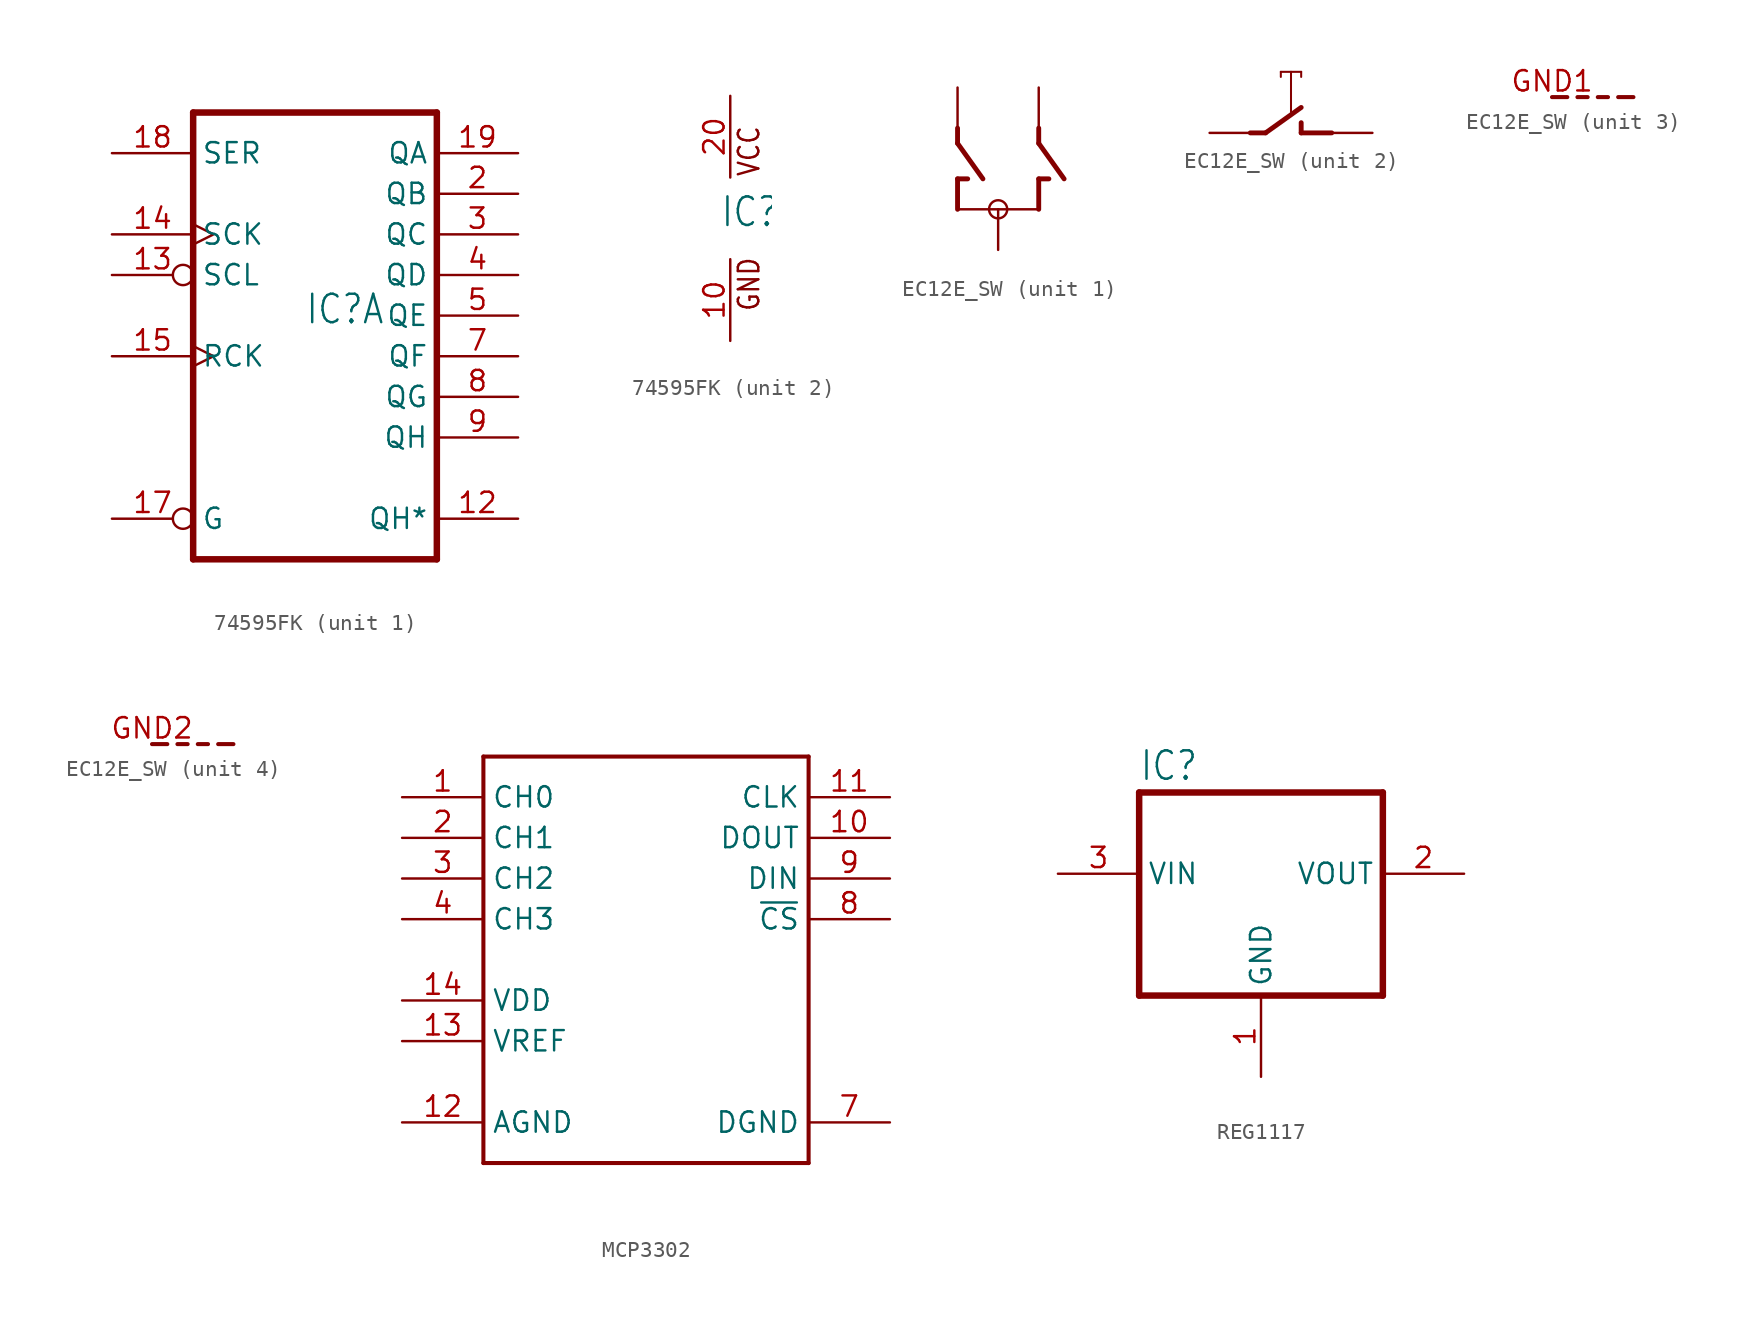
<source format=kicad_sym>
(kicad_symbol_lib
  (version 20231120)
  (generator "kicad_symbol_editor")
  (generator_version "8.0")
  (symbol "74595FK"
    (property "Reference" "IC"
      (at -0.635 -0.635 0)
      (effects (font (size 1.778 1.511)) (justify left bottom)))
    (property "ki_locked" ""
      (at 0 0 0)
      (effects (font (size 1.27 1.27))))
    (symbol "74595FK_1_0"
      (polyline (pts (xy -7.62 -15.24) (xy 7.62 -15.24)) (stroke (width 0.406) (type solid)) (fill (type none)))
      (polyline (pts (xy -7.62 12.7) (xy -7.62 -15.24)) (stroke (width 0.406) (type solid)) (fill (type none)))
      (polyline (pts (xy 7.62 -15.24) (xy 7.62 12.7)) (stroke (width 0.406) (type solid)) (fill (type none)))
      (polyline (pts (xy 7.62 12.7) (xy -7.62 12.7)) (stroke (width 0.406) (type solid)) (fill (type none)))
      (pin tri_state line (at 12.7 -12.7 180) (length 5.08) (name "QH*" (effects (font (size 1.27 1.27)))) (number "12" (effects (font (size 1.27 1.27)))))
      (pin input inverted (at -12.7 2.54 0) (length 5.08) (name "SCL" (effects (font (size 1.27 1.27)))) (number "13" (effects (font (size 1.27 1.27)))))
      (pin input clock (at -12.7 5.08 0) (length 5.08) (name "SCK" (effects (font (size 1.27 1.27)))) (number "14" (effects (font (size 1.27 1.27)))))
      (pin input clock (at -12.7 -2.54 0) (length 5.08) (name "RCK" (effects (font (size 1.27 1.27)))) (number "15" (effects (font (size 1.27 1.27)))))
      (pin input inverted (at -12.7 -12.7 0) (length 5.08) (name "G" (effects (font (size 1.27 1.27)))) (number "17" (effects (font (size 1.27 1.27)))))
      (pin input line (at -12.7 10.16 0) (length 5.08) (name "SER" (effects (font (size 1.27 1.27)))) (number "18" (effects (font (size 1.27 1.27)))))
      (pin tri_state line (at 12.7 10.16 180) (length 5.08) (name "QA" (effects (font (size 1.27 1.27)))) (number "19" (effects (font (size 1.27 1.27)))))
      (pin tri_state line (at 12.7 7.62 180) (length 5.08) (name "QB" (effects (font (size 1.27 1.27)))) (number "2" (effects (font (size 1.27 1.27)))))
      (pin tri_state line (at 12.7 5.08 180) (length 5.08) (name "QC" (effects (font (size 1.27 1.27)))) (number "3" (effects (font (size 1.27 1.27)))))
      (pin tri_state line (at 12.7 2.54 180) (length 5.08) (name "QD" (effects (font (size 1.27 1.27)))) (number "4" (effects (font (size 1.27 1.27)))))
      (pin tri_state line (at 12.7 0 180) (length 5.08) (name "QE" (effects (font (size 1.27 1.27)))) (number "5" (effects (font (size 1.27 1.27)))))
      (pin tri_state line (at 12.7 -2.54 180) (length 5.08) (name "QF" (effects (font (size 1.27 1.27)))) (number "7" (effects (font (size 1.27 1.27)))))
      (pin tri_state line (at 12.7 -5.08 180) (length 5.08) (name "QG" (effects (font (size 1.27 1.27)))) (number "8" (effects (font (size 1.27 1.27)))))
      (pin tri_state line (at 12.7 -7.62 180) (length 5.08) (name "QH" (effects (font (size 1.27 1.27)))) (number "9" (effects (font (size 1.27 1.27))))))
    (symbol "74595FK_2_0"
      (text "GND" (at 1.905 -5.842 900) (effects (font (size 1.27 1.079)) (justify left bottom)))
      (text "VCC" (at 1.905 2.54 900) (effects (font (size 1.27 1.079)) (justify left bottom)))
      (pin power_in line (at 0 -7.62 90) (length 5.08) (name "GND" (effects (font (size 0 0)))) (number "10" (effects (font (size 1.27 1.27)))))
      (pin power_in line (at 0 7.62 270) (length 5.08) (name "VCC" (effects (font (size 0 0)))) (number "20" (effects (font (size 1.27 1.27)))))))
  (symbol "EC12E_SW"
    (property "Reference" "SW"
      (at -5.08 5.08 0)
      (effects (font (size 1.27 1.079)) (justify left bottom) (hide yes)))
    (property "ki_locked" ""
      (at 0 0 0)
      (effects (font (size 1.27 1.27))))
    (symbol "EC12E_SW_1_0"
      (polyline (pts (xy -2.54 0) (xy 2.54 0)) (stroke (width 0.152) (type solid)) (fill (type none)))
      (polyline (pts (xy -2.54 1.905) (xy -2.54 0)) (stroke (width 0.305) (type solid)) (fill (type none)))
      (polyline (pts (xy -2.54 4.128) (xy -0.953 1.905)) (stroke (width 0.305) (type solid)) (fill (type none)))
      (polyline (pts (xy -2.54 5.08) (xy -2.54 4.128)) (stroke (width 0.305) (type solid)) (fill (type none)))
      (polyline (pts (xy -1.905 1.905) (xy -2.54 1.905)) (stroke (width 0.305) (type solid)) (fill (type none)))
      (polyline (pts (xy 2.54 1.905) (xy 2.54 0)) (stroke (width 0.305) (type solid)) (fill (type none)))
      (polyline (pts (xy 2.54 4.128) (xy 4.128 1.905)) (stroke (width 0.305) (type solid)) (fill (type none)))
      (polyline (pts (xy 2.54 5.08) (xy 2.54 4.128)) (stroke (width 0.305) (type solid)) (fill (type none)))
      (polyline (pts (xy 3.175 1.905) (xy 2.54 1.905)) (stroke (width 0.305) (type solid)) (fill (type none)))
      (circle (center 0 0) (radius 0.568) (stroke (width 0) (type solid)) (fill (type none)))
      (pin passive line (at -2.54 7.62 270) (length 2.54) (name "A" (effects (font (size 0 0)))) (number "A" (effects (font (size 0 0)))))
      (pin passive line (at 2.54 7.62 270) (length 2.54) (name "B" (effects (font (size 0 0)))) (number "B" (effects (font (size 0 0)))))
      (pin passive line (at 0 -2.54 90) (length 2.54) (name "C" (effects (font (size 0 0)))) (number "C" (effects (font (size 0 0))))))
    (symbol "EC12E_SW_2_0"
      (polyline (pts (xy -2.54 0) (xy -1.587 0)) (stroke (width 0.305) (type solid)) (fill (type none)))
      (polyline (pts (xy -1.587 0) (xy 0.635 1.587)) (stroke (width 0.305) (type solid)) (fill (type none)))
      (polyline (pts (xy -0.635 3.81) (xy -0.635 3.493)) (stroke (width 0.127) (type solid)) (fill (type none)))
      (polyline (pts (xy -0.635 3.81) (xy 0.635 3.81)) (stroke (width 0.127) (type solid)) (fill (type none)))
      (polyline (pts (xy 0 1.27) (xy 0 3.81)) (stroke (width 0.127) (type solid)) (fill (type none)))
      (polyline (pts (xy 0.635 0) (xy 2.54 0)) (stroke (width 0.305) (type solid)) (fill (type none)))
      (polyline (pts (xy 0.635 0.635) (xy 0.635 0)) (stroke (width 0.305) (type solid)) (fill (type none)))
      (polyline (pts (xy 0.635 3.81) (xy 0.635 3.493)) (stroke (width 0.127) (type solid)) (fill (type none)))
      (pin passive line (at 5.08 0 180) (length 2.54) (name "1" (effects (font (size 0 0)))) (number "D" (effects (font (size 0 0)))))
      (pin passive line (at -5.08 0 0) (length 2.54) (name "2" (effects (font (size 0 0)))) (number "E" (effects (font (size 0 0))))))
    (symbol "EC12E_SW_3_0"
      (polyline (pts (xy 0 0) (xy 0.953 0)) (stroke (width 0.254) (type solid)) (fill (type none)))
      (polyline (pts (xy 1.587 0) (xy 2.223 0)) (stroke (width 0.254) (type solid)) (fill (type none)))
      (polyline (pts (xy 2.857 0) (xy 3.493 0)) (stroke (width 0.254) (type solid)) (fill (type none)))
      (polyline (pts (xy 4.128 0) (xy 5.08 0)) (stroke (width 0.254) (type solid)) (fill (type none)))
      (pin passive line (at 0 0 0) (length 0) (name "G" (effects (font (size 0 0)))) (number "GND1" (effects (font (size 1.27 1.27))))))
    (symbol "EC12E_SW_4_0"
      (polyline (pts (xy 0 0) (xy 0.953 0)) (stroke (width 0.254) (type solid)) (fill (type none)))
      (polyline (pts (xy 1.587 0) (xy 2.223 0)) (stroke (width 0.254) (type solid)) (fill (type none)))
      (polyline (pts (xy 2.857 0) (xy 3.493 0)) (stroke (width 0.254) (type solid)) (fill (type none)))
      (polyline (pts (xy 4.128 0) (xy 5.08 0)) (stroke (width 0.254) (type solid)) (fill (type none)))
      (pin passive line (at 0 0 0) (length 0) (name "G" (effects (font (size 0 0)))) (number "GND2" (effects (font (size 1.27 1.27)))))))
  (symbol "MCP3302"
    (property "Reference" ""
      (at -10.16 13.97 0)
      (effects (font (size 1.778 1.511)) (justify left bottom) (hide yes)))
    (property "Value" ""
      (at 10.16 -13.97 0)
      (effects (font (size 1.422 1.209)) (justify right top)))
    (property "ki_locked" ""
      (at 0 0 0)
      (effects (font (size 1.27 1.27))))
    (symbol "MCP3302_1_0"
      (polyline (pts (xy -10.16 -12.7) (xy 10.16 -12.7)) (stroke (width 0.254) (type solid)) (fill (type none)))
      (polyline (pts (xy -10.16 12.7) (xy -10.16 -12.7)) (stroke (width 0.254) (type solid)) (fill (type none)))
      (polyline (pts (xy 10.16 -12.7) (xy 10.16 12.7)) (stroke (width 0.254) (type solid)) (fill (type none)))
      (polyline (pts (xy 10.16 12.7) (xy -10.16 12.7)) (stroke (width 0.254) (type solid)) (fill (type none)))
      (pin bidirectional line (at -15.24 10.16 0) (length 5.08) (name "CH0" (effects (font (size 1.27 1.27)))) (number "1" (effects (font (size 1.27 1.27)))))
      (pin bidirectional line (at 15.24 7.62 180) (length 5.08) (name "DOUT" (effects (font (size 1.27 1.27)))) (number "10" (effects (font (size 1.27 1.27)))))
      (pin bidirectional line (at 15.24 10.16 180) (length 5.08) (name "CLK" (effects (font (size 1.27 1.27)))) (number "11" (effects (font (size 1.27 1.27)))))
      (pin bidirectional line (at -15.24 -10.16 0) (length 5.08) (name "AGND" (effects (font (size 1.27 1.27)))) (number "12" (effects (font (size 1.27 1.27)))))
      (pin bidirectional line (at -15.24 -5.08 0) (length 5.08) (name "VREF" (effects (font (size 1.27 1.27)))) (number "13" (effects (font (size 1.27 1.27)))))
      (pin bidirectional line (at -15.24 -2.54 0) (length 5.08) (name "VDD" (effects (font (size 1.27 1.27)))) (number "14" (effects (font (size 1.27 1.27)))))
      (pin bidirectional line (at -15.24 7.62 0) (length 5.08) (name "CH1" (effects (font (size 1.27 1.27)))) (number "2" (effects (font (size 1.27 1.27)))))
      (pin bidirectional line (at -15.24 5.08 0) (length 5.08) (name "CH2" (effects (font (size 1.27 1.27)))) (number "3" (effects (font (size 1.27 1.27)))))
      (pin bidirectional line (at -15.24 2.54 0) (length 5.08) (name "CH3" (effects (font (size 1.27 1.27)))) (number "4" (effects (font (size 1.27 1.27)))))
      (pin bidirectional line (at 15.24 -10.16 180) (length 5.08) (name "DGND" (effects (font (size 1.27 1.27)))) (number "7" (effects (font (size 1.27 1.27)))))
      (pin bidirectional line (at 15.24 2.54 180) (length 5.08) (name "~{CS}" (effects (font (size 1.27 1.27)))) (number "8" (effects (font (size 1.27 1.27)))))
      (pin bidirectional line (at 15.24 5.08 180) (length 5.08) (name "DIN" (effects (font (size 1.27 1.27)))) (number "9" (effects (font (size 1.27 1.27)))))))
  (symbol "REG1117"
    (property "Reference" "IC"
      (at -7.62 5.715 0)
      (effects (font (size 1.778 1.511)) (justify left bottom)))
    (property "Value" ""
      (at -5.08 2.54 0)
      (effects (font (size 1.778 1.511)) (justify left bottom)))
    (property "ki_locked" ""
      (at 0 0 0)
      (effects (font (size 1.27 1.27))))
    (symbol "REG1117_1_0"
      (polyline (pts (xy -7.62 -7.62) (xy 7.62 -7.62)) (stroke (width 0.406) (type solid)) (fill (type none)))
      (polyline (pts (xy -7.62 5.08) (xy -7.62 -7.62)) (stroke (width 0.406) (type solid)) (fill (type none)))
      (polyline (pts (xy 7.62 -7.62) (xy 7.62 5.08)) (stroke (width 0.406) (type solid)) (fill (type none)))
      (polyline (pts (xy 7.62 5.08) (xy -7.62 5.08)) (stroke (width 0.406) (type solid)) (fill (type none)))
      (pin power_in line (at 0 -12.7 90) (length 5.08) (name "GND" (effects (font (size 1.27 1.27)))) (number "1" (effects (font (size 1.27 1.27)))))
      (pin output line (at 12.7 0 180) (length 5.08) (name "VOUT" (effects (font (size 1.27 1.27)))) (number "2" (effects (font (size 1.27 1.27)))))
      (pin input line (at -12.7 0 0) (length 5.08) (name "VIN" (effects (font (size 1.27 1.27)))) (number "3" (effects (font (size 1.27 1.27))))))))
</source>
